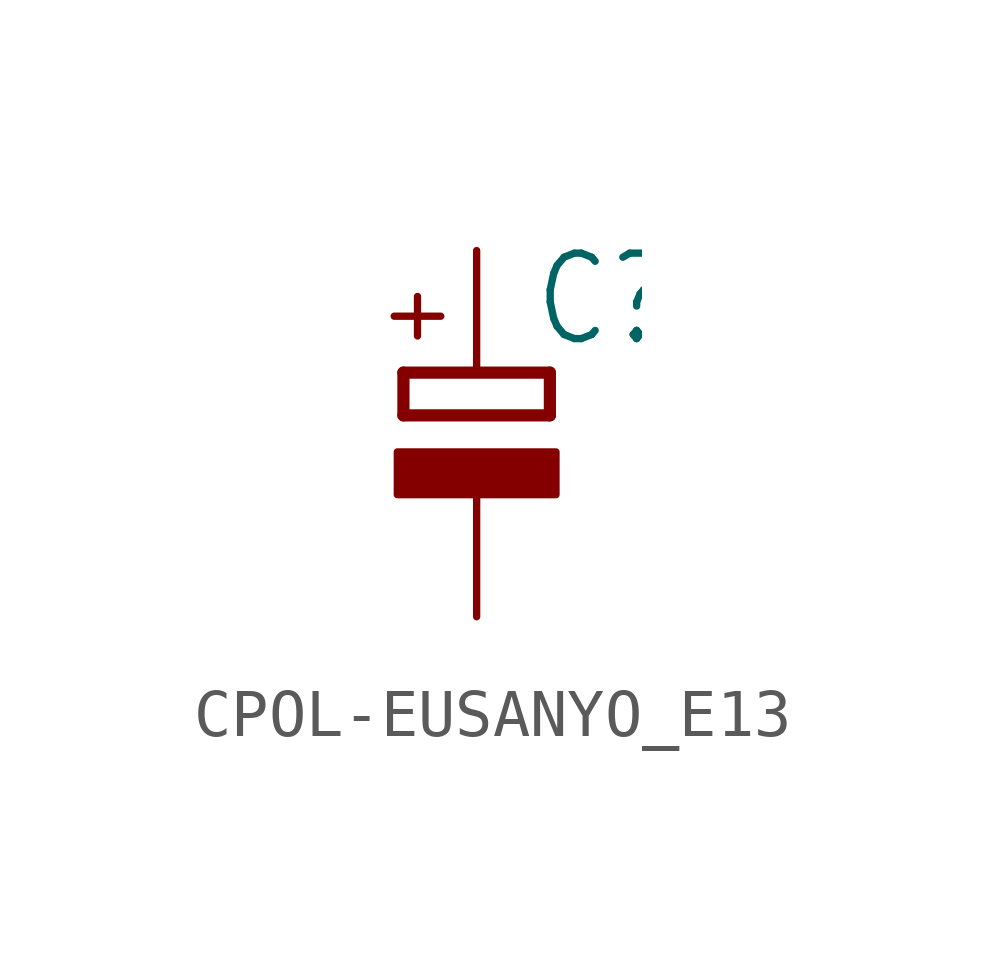
<source format=kicad_sym>
(kicad_symbol_lib
  (version 20231120)
  (generator "kicad_symbol_editor")
  (generator_version "8.0")
  (symbol "CPOL-EUSANYO_E13"
    (property "Reference" "C"
      (at 1.143 0.483 0)
      (effects (font (size 1.778 1.511)) (justify left bottom)))
    (property "Value" ""
      (at 1.143 -4.597 0)
      (effects (font (size 1.778 1.511)) (justify left bottom)))
    (property "ki_locked" ""
      (at 0 0 0)
      (effects (font (size 1.27 1.27))))
    (symbol "CPOL-EUSANYO_E13_1_0"
      (rectangle (start -1.651 -2.54) (end 1.651 -1.651) (stroke (width 0) (type default)) (fill (type outline)))
      (polyline (pts (xy -1.524 -0.889) (xy 1.524 -0.889)) (stroke (width 0.254) (type solid)) (fill (type none)))
      (polyline (pts (xy -1.524 0) (xy -1.524 -0.889)) (stroke (width 0.254) (type solid)) (fill (type none)))
      (polyline (pts (xy -1.524 0) (xy 1.524 0)) (stroke (width 0.254) (type solid)) (fill (type none)))
      (polyline (pts (xy 1.524 -0.889) (xy 1.524 0)) (stroke (width 0.254) (type solid)) (fill (type none)))
      (text "+" (at -0.584 0.406 900) (effects (font (size 1.27 1.079)) (justify left bottom)))
      (pin passive line (at 0 2.54 270) (length 2.54) (name "+" (effects (font (size 0 0)))) (number "+" (effects (font (size 0 0)))))
      (pin passive line (at 0 -5.08 90) (length 2.54) (name "-" (effects (font (size 0 0)))) (number "-" (effects (font (size 0 0))))))))
</source>
